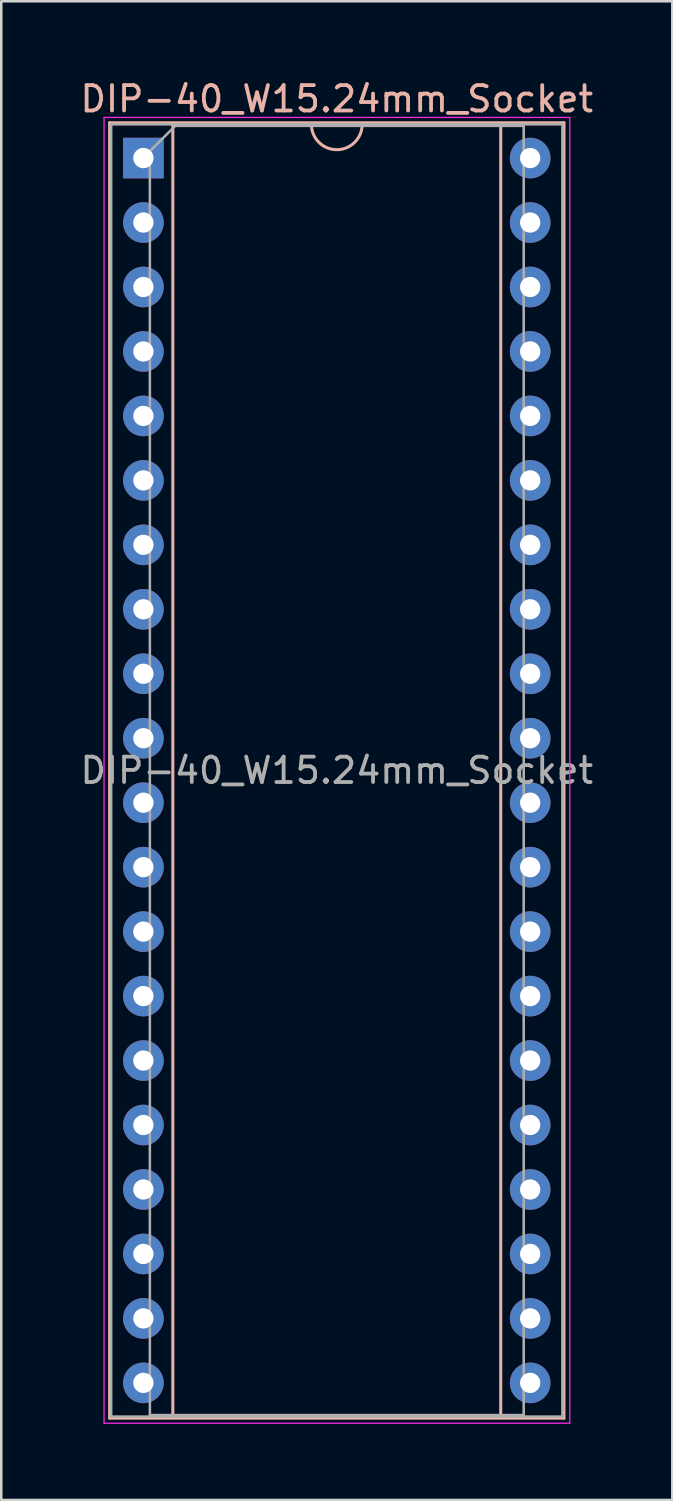
<source format=kicad_pcb>
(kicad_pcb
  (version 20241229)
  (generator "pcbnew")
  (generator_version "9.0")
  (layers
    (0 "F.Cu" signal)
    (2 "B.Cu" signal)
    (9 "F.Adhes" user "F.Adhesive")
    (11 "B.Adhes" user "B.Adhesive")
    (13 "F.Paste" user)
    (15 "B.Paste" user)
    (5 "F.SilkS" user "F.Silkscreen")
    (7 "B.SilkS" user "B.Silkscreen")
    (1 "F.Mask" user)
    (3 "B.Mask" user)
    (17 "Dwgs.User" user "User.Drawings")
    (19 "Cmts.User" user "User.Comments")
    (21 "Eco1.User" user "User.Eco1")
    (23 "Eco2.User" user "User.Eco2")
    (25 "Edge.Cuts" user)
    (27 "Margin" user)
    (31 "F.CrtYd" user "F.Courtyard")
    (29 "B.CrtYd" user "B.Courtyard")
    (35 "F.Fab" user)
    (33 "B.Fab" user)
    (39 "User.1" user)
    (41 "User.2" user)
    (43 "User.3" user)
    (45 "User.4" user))
  (footprint "DIP-40_W15.24mm_Socket"
    (layer "F.Cu")
    (at 2.6 3.178)
    (property "Reference" "DIP-40_W15.24mm_Socket" (at 7.62 -2.33 0) (layer "B.SilkS") (effects (font (size 1 1) (thickness 0.15))))
    (attr through_hole)
    (fp_line (start -1.33 -1.39) (end -1.33 49.65) (stroke (width 0.12) (type solid)) (layer "B.SilkS"))
    (fp_line (start -1.33 49.65) (end 16.57 49.65) (stroke (width 0.12) (type solid)) (layer "B.SilkS"))
    (fp_line (start 1.16 -1.33) (end 1.16 49.59) (stroke (width 0.12) (type solid)) (layer "B.SilkS"))
    (fp_line (start 1.16 49.59) (end 14.08 49.59) (stroke (width 0.12) (type solid)) (layer "B.SilkS"))
    (fp_line (start 6.62 -1.33) (end 1.16 -1.33) (stroke (width 0.12) (type solid)) (layer "B.SilkS"))
    (fp_line (start 14.08 -1.33) (end 8.62 -1.33) (stroke (width 0.12) (type solid)) (layer "B.SilkS"))
    (fp_line (start 14.08 49.59) (end 14.08 -1.33) (stroke (width 0.12) (type solid)) (layer "B.SilkS"))
    (fp_line (start 16.57 -1.39) (end -1.33 -1.39) (stroke (width 0.12) (type solid)) (layer "B.SilkS"))
    (fp_line (start 16.57 49.65) (end 16.57 -1.39) (stroke (width 0.12) (type solid)) (layer "B.SilkS"))
    (fp_arc (start 8.62 -1.33) (mid 7.62 -0.33) (end 6.62 -1.33) (stroke (width 0.12) (type solid)) (layer "B.SilkS"))
    (fp_line (start -1.55 -1.6) (end -1.55 49.85) (stroke (width 0.05) (type solid)) (layer "F.CrtYd"))
    (fp_line (start -1.55 49.85) (end 16.8 49.85) (stroke (width 0.05) (type solid)) (layer "F.CrtYd"))
    (fp_line (start 16.8 -1.6) (end -1.55 -1.6) (stroke (width 0.05) (type solid)) (layer "F.CrtYd"))
    (fp_line (start 16.8 49.85) (end 16.8 -1.6) (stroke (width 0.05) (type solid)) (layer "F.CrtYd"))
    (fp_line (start -1.27 -1.33) (end -1.27 49.59) (stroke (width 0.1) (type solid)) (layer "F.Fab"))
    (fp_line (start -1.27 49.59) (end 16.51 49.59) (stroke (width 0.1) (type solid)) (layer "F.Fab"))
    (fp_line (start 0.255 -0.27) (end 1.255 -1.27) (stroke (width 0.1) (type solid)) (layer "F.Fab"))
    (fp_line (start 0.255 49.53) (end 0.255 -0.27) (stroke (width 0.1) (type solid)) (layer "F.Fab"))
    (fp_line (start 1.255 -1.27) (end 14.985 -1.27) (stroke (width 0.1) (type solid)) (layer "F.Fab"))
    (fp_line (start 14.985 -1.27) (end 14.985 49.53) (stroke (width 0.1) (type solid)) (layer "F.Fab"))
    (fp_line (start 14.985 49.53) (end 0.255 49.53) (stroke (width 0.1) (type solid)) (layer "F.Fab"))
    (fp_line (start 16.51 -1.33) (end -1.27 -1.33) (stroke (width 0.1) (type solid)) (layer "F.Fab"))
    (fp_line (start 16.51 49.59) (end 16.51 -1.33) (stroke (width 0.1) (type solid)) (layer "F.Fab"))
    (fp_text user "${REFERENCE}" (at 7.62 24.13 0) (layer "F.Fab") (effects (font (size 1 1) (thickness 0.15))))
    (pad "1" thru_hole rect (at 0 0) (size 1.6 1.6) (drill 0.8) (layers "*.Cu" "*.Mask"))
    (pad "2" thru_hole oval (at 0 2.54) (size 1.6 1.6) (drill 0.8) (layers "*.Cu" "*.Mask"))
    (pad "3" thru_hole oval (at 0 5.08) (size 1.6 1.6) (drill 0.8) (layers "*.Cu" "*.Mask"))
    (pad "4" thru_hole oval (at 0 7.62) (size 1.6 1.6) (drill 0.8) (layers "*.Cu" "*.Mask"))
    (pad "5" thru_hole oval (at 0 10.16) (size 1.6 1.6) (drill 0.8) (layers "*.Cu" "*.Mask"))
    (pad "6" thru_hole oval (at 0 12.7) (size 1.6 1.6) (drill 0.8) (layers "*.Cu" "*.Mask"))
    (pad "7" thru_hole oval (at 0 15.24) (size 1.6 1.6) (drill 0.8) (layers "*.Cu" "*.Mask"))
    (pad "8" thru_hole oval (at 0 17.78) (size 1.6 1.6) (drill 0.8) (layers "*.Cu" "*.Mask"))
    (pad "9" thru_hole oval (at 0 20.32) (size 1.6 1.6) (drill 0.8) (layers "*.Cu" "*.Mask"))
    (pad "10" thru_hole oval (at 0 22.86) (size 1.6 1.6) (drill 0.8) (layers "*.Cu" "*.Mask"))
    (pad "11" thru_hole oval (at 0 25.4) (size 1.6 1.6) (drill 0.8) (layers "*.Cu" "*.Mask"))
    (pad "12" thru_hole oval (at 0 27.94) (size 1.6 1.6) (drill 0.8) (layers "*.Cu" "*.Mask"))
    (pad "13" thru_hole oval (at 0 30.48) (size 1.6 1.6) (drill 0.8) (layers "*.Cu" "*.Mask"))
    (pad "14" thru_hole oval (at 0 33.02) (size 1.6 1.6) (drill 0.8) (layers "*.Cu" "*.Mask"))
    (pad "15" thru_hole oval (at 0 35.56) (size 1.6 1.6) (drill 0.8) (layers "*.Cu" "*.Mask"))
    (pad "16" thru_hole oval (at 0 38.1) (size 1.6 1.6) (drill 0.8) (layers "*.Cu" "*.Mask"))
    (pad "17" thru_hole oval (at 0 40.64) (size 1.6 1.6) (drill 0.8) (layers "*.Cu" "*.Mask"))
    (pad "18" thru_hole oval (at 0 43.18) (size 1.6 1.6) (drill 0.8) (layers "*.Cu" "*.Mask"))
    (pad "19" thru_hole oval (at 0 45.72) (size 1.6 1.6) (drill 0.8) (layers "*.Cu" "*.Mask"))
    (pad "20" thru_hole oval (at 0 48.26) (size 1.6 1.6) (drill 0.8) (layers "*.Cu" "*.Mask"))
    (pad "21" thru_hole oval (at 15.24 48.26) (size 1.6 1.6) (drill 0.8) (layers "*.Cu" "*.Mask"))
    (pad "22" thru_hole oval (at 15.24 45.72) (size 1.6 1.6) (drill 0.8) (layers "*.Cu" "*.Mask"))
    (pad "23" thru_hole oval (at 15.24 43.18) (size 1.6 1.6) (drill 0.8) (layers "*.Cu" "*.Mask"))
    (pad "24" thru_hole oval (at 15.24 40.64) (size 1.6 1.6) (drill 0.8) (layers "*.Cu" "*.Mask"))
    (pad "25" thru_hole oval (at 15.24 38.1) (size 1.6 1.6) (drill 0.8) (layers "*.Cu" "*.Mask"))
    (pad "26" thru_hole oval (at 15.24 35.56) (size 1.6 1.6) (drill 0.8) (layers "*.Cu" "*.Mask"))
    (pad "27" thru_hole oval (at 15.24 33.02) (size 1.6 1.6) (drill 0.8) (layers "*.Cu" "*.Mask"))
    (pad "28" thru_hole oval (at 15.24 30.48) (size 1.6 1.6) (drill 0.8) (layers "*.Cu" "*.Mask"))
    (pad "29" thru_hole oval (at 15.24 27.94) (size 1.6 1.6) (drill 0.8) (layers "*.Cu" "*.Mask"))
    (pad "30" thru_hole oval (at 15.24 25.4) (size 1.6 1.6) (drill 0.8) (layers "*.Cu" "*.Mask"))
    (pad "31" thru_hole oval (at 15.24 22.86) (size 1.6 1.6) (drill 0.8) (layers "*.Cu" "*.Mask"))
    (pad "32" thru_hole oval (at 15.24 20.32) (size 1.6 1.6) (drill 0.8) (layers "*.Cu" "*.Mask"))
    (pad "33" thru_hole oval (at 15.24 17.78) (size 1.6 1.6) (drill 0.8) (layers "*.Cu" "*.Mask"))
    (pad "34" thru_hole oval (at 15.24 15.24) (size 1.6 1.6) (drill 0.8) (layers "*.Cu" "*.Mask"))
    (pad "35" thru_hole oval (at 15.24 12.7) (size 1.6 1.6) (drill 0.8) (layers "*.Cu" "*.Mask"))
    (pad "36" thru_hole oval (at 15.24 10.16) (size 1.6 1.6) (drill 0.8) (layers "*.Cu" "*.Mask"))
    (pad "37" thru_hole oval (at 15.24 7.62) (size 1.6 1.6) (drill 0.8) (layers "*.Cu" "*.Mask"))
    (pad "38" thru_hole oval (at 15.24 5.08) (size 1.6 1.6) (drill 0.8) (layers "*.Cu" "*.Mask"))
    (pad "39" thru_hole oval (at 15.24 2.54) (size 1.6 1.6) (drill 0.8) (layers "*.Cu" "*.Mask"))
    (pad "40" thru_hole oval (at 15.24 0) (size 1.6 1.6) (drill 0.8) (layers "*.Cu" "*.Mask")))
  (gr_rect
    (start -3 -3)
    (end 23.44 56.053)
    (stroke (width 0.1) (type default))
    (fill no)
    (layer "Edge.Cuts")))
</source>
